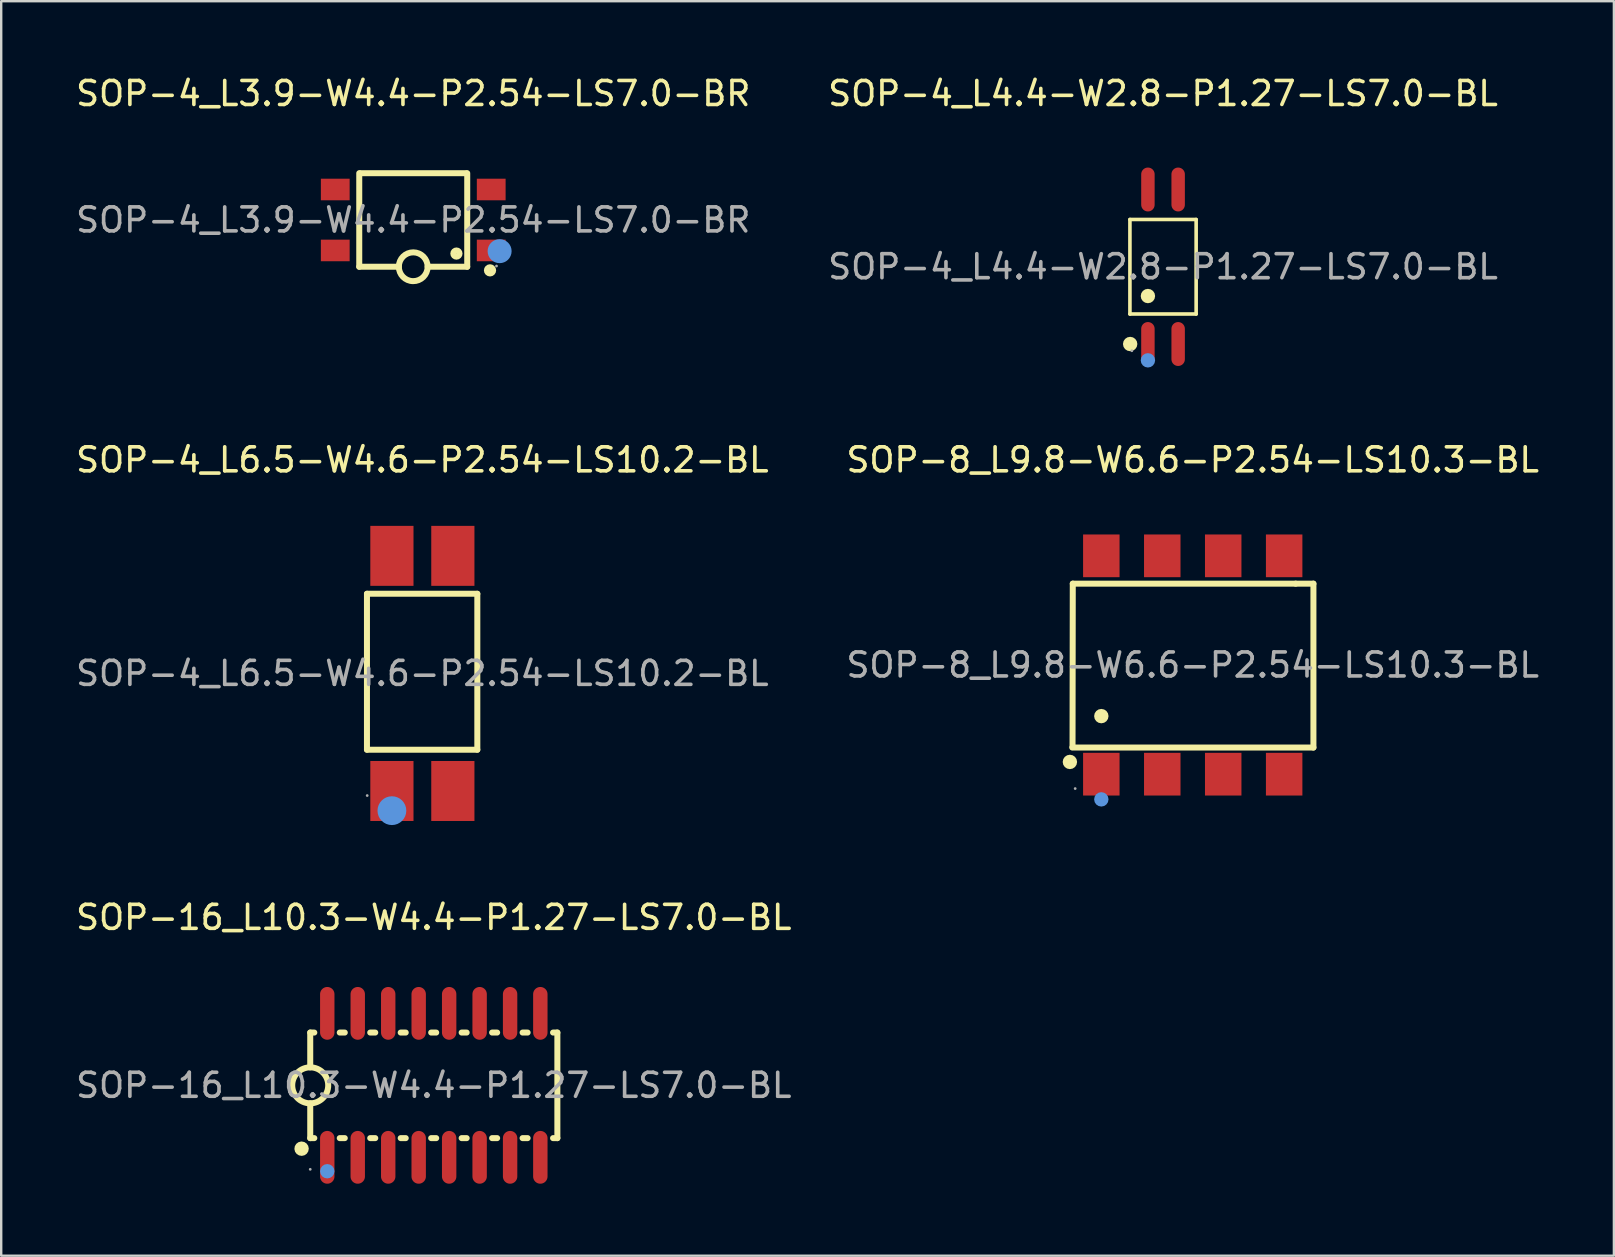
<source format=kicad_pcb>
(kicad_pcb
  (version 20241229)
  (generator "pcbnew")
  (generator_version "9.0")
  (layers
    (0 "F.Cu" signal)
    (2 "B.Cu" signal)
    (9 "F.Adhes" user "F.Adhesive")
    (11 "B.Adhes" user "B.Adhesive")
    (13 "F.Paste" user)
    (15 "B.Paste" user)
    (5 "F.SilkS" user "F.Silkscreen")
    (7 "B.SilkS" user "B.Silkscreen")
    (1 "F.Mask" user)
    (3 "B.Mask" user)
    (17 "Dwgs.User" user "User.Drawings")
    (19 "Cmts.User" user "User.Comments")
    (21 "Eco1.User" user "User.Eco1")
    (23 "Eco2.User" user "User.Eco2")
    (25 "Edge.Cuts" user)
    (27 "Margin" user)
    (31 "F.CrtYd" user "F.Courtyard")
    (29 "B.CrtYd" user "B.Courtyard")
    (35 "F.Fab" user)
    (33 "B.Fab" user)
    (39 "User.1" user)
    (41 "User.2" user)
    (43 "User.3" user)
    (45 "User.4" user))
  (footprint "SOP-16_L10.3-W4.4-P1.27-LS7.0-BL"
    (layer "F.Cu")
    (at 15.03 42.185)
    (property "Reference" "SOP-16_L10.3-W4.4-P1.27-LS7.0-BL" (at 0 -7 0) (layer "F.SilkS") (effects (font (size 1 1) (thickness 0.15))))
    (attr through_hole)
    (fp_line (start -5.15 -2.2) (end -5.15 -0.75) (stroke (width 0.25) (type solid)) (layer "F.SilkS"))
    (fp_line (start -5.15 -2.2) (end -4.98 -2.2) (stroke (width 0.25) (type solid)) (layer "F.SilkS"))
    (fp_line (start -5.15 2.2) (end -5.15 0.75) (stroke (width 0.25) (type solid)) (layer "F.SilkS"))
    (fp_line (start -5.15 2.2) (end -4.98 2.2) (stroke (width 0.25) (type solid)) (layer "F.SilkS"))
    (fp_line (start -3.92 -2.2) (end -3.71 -2.2) (stroke (width 0.25) (type solid)) (layer "F.SilkS"))
    (fp_line (start -3.92 2.2) (end -3.71 2.2) (stroke (width 0.25) (type solid)) (layer "F.SilkS"))
    (fp_line (start -2.65 -2.2) (end -2.44 -2.2) (stroke (width 0.25) (type solid)) (layer "F.SilkS"))
    (fp_line (start -2.65 2.2) (end -2.44 2.2) (stroke (width 0.25) (type solid)) (layer "F.SilkS"))
    (fp_line (start -1.38 -2.2) (end -1.17 -2.2) (stroke (width 0.25) (type solid)) (layer "F.SilkS"))
    (fp_line (start -1.38 2.2) (end -1.17 2.2) (stroke (width 0.25) (type solid)) (layer "F.SilkS"))
    (fp_line (start -0.11 -2.2) (end 0.1 -2.2) (stroke (width 0.25) (type solid)) (layer "F.SilkS"))
    (fp_line (start -0.11 2.2) (end 0.1 2.2) (stroke (width 0.25) (type solid)) (layer "F.SilkS"))
    (fp_line (start 1.16 -2.2) (end 1.37 -2.2) (stroke (width 0.25) (type solid)) (layer "F.SilkS"))
    (fp_line (start 1.16 2.2) (end 1.37 2.2) (stroke (width 0.25) (type solid)) (layer "F.SilkS"))
    (fp_line (start 2.43 -2.2) (end 2.64 -2.2) (stroke (width 0.25) (type solid)) (layer "F.SilkS"))
    (fp_line (start 2.43 2.2) (end 2.64 2.2) (stroke (width 0.25) (type solid)) (layer "F.SilkS"))
    (fp_line (start 3.7 -2.2) (end 3.91 -2.2) (stroke (width 0.25) (type solid)) (layer "F.SilkS"))
    (fp_line (start 3.7 2.2) (end 3.91 2.2) (stroke (width 0.25) (type solid)) (layer "F.SilkS"))
    (fp_line (start 4.97 -2.2) (end 5.15 -2.2) (stroke (width 0.25) (type solid)) (layer "F.SilkS"))
    (fp_line (start 4.97 2.2) (end 5.15 2.2) (stroke (width 0.25) (type solid)) (layer "F.SilkS"))
    (fp_line (start 5.15 2.2) (end 5.15 -2.2) (stroke (width 0.25) (type solid)) (layer "F.SilkS"))
    (fp_arc (start -5.51 2.49) (mid -5.505001 2.789917) (end -5.519993 2.490333) (stroke (width 0.3) (type solid)) (layer "F.SilkS"))
    (fp_arc (start -5.163089 0.749886) (mid -5.143455 -0.749972) (end -5.15 0.75) (stroke (width 0.25) (type solid)) (layer "F.SilkS"))
    (fp_circle (center -4.44 3.58) (end -4.29 3.58) (stroke (width 0.3) (type solid)) (fill no) (layer "Cmts.User"))
    (fp_circle (center -5.15 3.5) (end -5.12 3.5) (stroke (width 0.06) (type solid)) (fill no) (layer "F.Fab"))
    (fp_text user "${REFERENCE}" (at 0 0 0) (layer "F.Fab") (effects (font (size 1 1) (thickness 0.15))))
    (pad "1" smd oval (at -4.44 3 180) (size 0.6 2.2) (layers "F.Cu" "F.Mask" "F.Paste"))
    (pad "2" smd oval (at -3.17 3 180) (size 0.6 2.2) (layers "F.Cu" "F.Mask" "F.Paste"))
    (pad "3" smd oval (at -1.9 3 180) (size 0.6 2.2) (layers "F.Cu" "F.Mask" "F.Paste"))
    (pad "4" smd oval (at -0.63 3 180) (size 0.6 2.2) (layers "F.Cu" "F.Mask" "F.Paste"))
    (pad "5" smd oval (at 0.64 3 180) (size 0.6 2.2) (layers "F.Cu" "F.Mask" "F.Paste"))
    (pad "6" smd oval (at 1.91 3 180) (size 0.6 2.2) (layers "F.Cu" "F.Mask" "F.Paste"))
    (pad "7" smd oval (at 3.18 3 180) (size 0.6 2.2) (layers "F.Cu" "F.Mask" "F.Paste"))
    (pad "8" smd oval (at 4.44 3 180) (size 0.6 2.2) (layers "F.Cu" "F.Mask" "F.Paste"))
    (pad "9" smd oval (at 4.44 -3 180) (size 0.6 2.2) (layers "F.Cu" "F.Mask" "F.Paste"))
    (pad "10" smd oval (at 3.18 -3 180) (size 0.6 2.2) (layers "F.Cu" "F.Mask" "F.Paste"))
    (pad "11" smd oval (at 1.91 -3 180) (size 0.6 2.2) (layers "F.Cu" "F.Mask" "F.Paste"))
    (pad "12" smd oval (at 0.64 -3 180) (size 0.6 2.2) (layers "F.Cu" "F.Mask" "F.Paste"))
    (pad "13" smd oval (at -0.63 -3 180) (size 0.6 2.2) (layers "F.Cu" "F.Mask" "F.Paste"))
    (pad "14" smd oval (at -1.9 -3 180) (size 0.6 2.2) (layers "F.Cu" "F.Mask" "F.Paste"))
    (pad "15" smd oval (at -3.17 -3 180) (size 0.6 2.2) (layers "F.Cu" "F.Mask" "F.Paste"))
    (pad "16" smd oval (at -4.44 -3 180) (size 0.6 2.2) (layers "F.Cu" "F.Mask" "F.Paste")))
  (footprint "SOP-8_L9.8-W6.6-P2.54-LS10.3-BL"
    (layer "F.Cu")
    (at 46.661 24.666)
    (property "Reference" "SOP-8_L9.8-W6.6-P2.54-LS10.3-BL" (at 0 -8.55 0) (layer "F.SilkS") (effects (font (size 1 1) (thickness 0.15))))
    (attr through_hole)
    (fp_line (start -5 -3.39) (end -5.01 3.42) (stroke (width 0.25) (type solid)) (layer "F.SilkS"))
    (fp_line (start 4.29 -3.39) (end -5 -3.39) (stroke (width 0.25) (type solid)) (layer "F.SilkS"))
    (fp_line (start 4.29 -3.39) (end 5.03 -3.39) (stroke (width 0.25) (type solid)) (layer "F.SilkS"))
    (fp_line (start 5.03 -3.39) (end 5.03 3.44) (stroke (width 0.25) (type solid)) (layer "F.SilkS"))
    (fp_line (start 5.03 3.44) (end -5.02 3.44) (stroke (width 0.25) (type solid)) (layer "F.SilkS"))
    (fp_circle (center -5.12 4.04) (end -4.97 4.04) (stroke (width 0.3) (type solid)) (fill no) (layer "F.SilkS"))
    (fp_circle (center -3.81 2.13) (end -3.66 2.13) (stroke (width 0.3) (type solid)) (fill no) (layer "F.SilkS"))
    (fp_circle (center -3.81 5.6) (end -3.66 5.6) (stroke (width 0.3) (type solid)) (fill no) (layer "Cmts.User"))
    (fp_circle (center -4.9 5.15) (end -4.87 5.15) (stroke (width 0.06) (type solid)) (fill no) (layer "F.Fab"))
    (fp_text user "${REFERENCE}" (at 0 0 0) (layer "F.Fab") (effects (font (size 1 1) (thickness 0.15))))
    (pad "1" smd rect (at -3.81 4.55) (size 1.52 1.78) (layers "F.Cu" "F.Mask" "F.Paste"))
    (pad "2" smd rect (at -1.27 4.55) (size 1.52 1.78) (layers "F.Cu" "F.Mask" "F.Paste"))
    (pad "3" smd rect (at 1.27 4.55) (size 1.52 1.78) (layers "F.Cu" "F.Mask" "F.Paste"))
    (pad "4" smd rect (at 3.81 4.55) (size 1.52 1.78) (layers "F.Cu" "F.Mask" "F.Paste"))
    (pad "5" smd rect (at 3.81 -4.55) (size 1.52 1.78) (layers "F.Cu" "F.Mask" "F.Paste"))
    (pad "6" smd rect (at 1.27 -4.55) (size 1.52 1.78) (layers "F.Cu" "F.Mask" "F.Paste"))
    (pad "7" smd rect (at -1.27 -4.55) (size 1.52 1.78) (layers "F.Cu" "F.Mask" "F.Paste"))
    (pad "8" smd rect (at -3.81 -4.55) (size 1.52 1.78) (layers "F.Cu" "F.Mask" "F.Paste")))
  (footprint "SOP-4_L3.9-W4.4-P2.54-LS7.0-BR"
    (layer "F.Cu")
    (at 14.173 6.118)
    (property "Reference" "SOP-4_L3.9-W4.4-P2.54-LS7.0-BR" (at 0 -5.27 0) (layer "F.SilkS") (effects (font (size 1 1) (thickness 0.15))))
    (attr through_hole)
    (fp_line (start -2.25 1.95) (end -2.25 -1.95) (stroke (width 0.25) (type solid)) (layer "F.SilkS"))
    (fp_line (start -2.25 1.95) (end -0.6 1.95) (stroke (width 0.25) (type solid)) (layer "F.SilkS"))
    (fp_line (start -2.2 -1.95) (end 2.2 -1.95) (stroke (width 0.25) (type solid)) (layer "F.SilkS"))
    (fp_line (start 2.25 -1.95) (end 2.25 1.95) (stroke (width 0.25) (type solid)) (layer "F.SilkS"))
    (fp_line (start 2.25 1.95) (end 0.6 1.95) (stroke (width 0.25) (type solid)) (layer "F.SilkS"))
    (fp_arc (start 0.599909 1.960471) (mid -0.599978 1.944764) (end 0.6 1.95) (stroke (width 0.25) (type solid)) (layer "F.SilkS"))
    (fp_circle (center 1.8 1.4) (end 1.93 1.4) (stroke (width 0.25) (type solid)) (fill no) (layer "F.SilkS"))
    (fp_circle (center 3.2 2.1) (end 3.33 2.1) (stroke (width 0.25) (type solid)) (fill no) (layer "F.SilkS"))
    (fp_circle (center 3.6 1.3) (end 3.85 1.3) (stroke (width 0.5) (type solid)) (fill no) (layer "Cmts.User"))
    (fp_circle (center 3.47 1.92) (end 3.5 1.92) (stroke (width 0.06) (type solid)) (fill no) (layer "F.Fab"))
    (fp_text user "${REFERENCE}" (at 0 0 0) (layer "F.Fab") (effects (font (size 1 1) (thickness 0.15))))
    (pad "1" smd rect (at 3.25 1.27 180) (size 1.2 0.9) (layers "F.Cu" "F.Mask" "F.Paste"))
    (pad "2" smd rect (at 3.25 -1.27 180) (size 1.2 0.9) (layers "F.Cu" "F.Mask" "F.Paste"))
    (pad "3" smd rect (at -3.25 -1.27 180) (size 1.2 0.9) (layers "F.Cu" "F.Mask" "F.Paste"))
    (pad "4" smd rect (at -3.25 1.27 180) (size 1.2 0.9) (layers "F.Cu" "F.Mask" "F.Paste")))
  (footprint "SOP-4_L6.5-W4.6-P2.54-LS10.2-BL"
    (layer "F.Cu")
    (at 14.554 25.017)
    (property "Reference" "SOP-4_L6.5-W4.6-P2.54-LS10.2-BL" (at 0 -8.9 0) (layer "F.SilkS") (effects (font (size 1 1) (thickness 0.15))))
    (attr through_hole)
    (fp_line (start -2.31 -3.32) (end 2.29 -3.32) (stroke (width 0.25) (type solid)) (layer "F.SilkS"))
    (fp_line (start -2.31 3.18) (end -2.31 -3.32) (stroke (width 0.25) (type solid)) (layer "F.SilkS"))
    (fp_line (start 2.29 -3.32) (end 2.29 3.18) (stroke (width 0.25) (type solid)) (layer "F.SilkS"))
    (fp_line (start 2.29 3.18) (end -2.31 3.18) (stroke (width 0.25) (type solid)) (layer "F.SilkS"))
    (fp_circle (center -1.27 5.72) (end -0.97 5.72) (stroke (width 0.6) (type solid)) (fill no) (layer "Cmts.User"))
    (fp_circle (center -2.3 5.09) (end -2.27 5.09) (stroke (width 0.06) (type solid)) (fill no) (layer "F.Fab"))
    (fp_text user "${REFERENCE}" (at 0 0 0) (layer "F.Fab") (effects (font (size 1 1) (thickness 0.15))))
    (pad "1" smd rect (at -1.27 4.9) (size 1.8 2.5) (layers "F.Cu" "F.Mask" "F.Paste"))
    (pad "2" smd rect (at 1.27 4.9) (size 1.8 2.5) (layers "F.Cu" "F.Mask" "F.Paste"))
    (pad "3" smd rect (at 1.27 -4.9) (size 1.8 2.5) (layers "F.Cu" "F.Mask" "F.Paste"))
    (pad "4" smd rect (at -1.27 -4.9) (size 1.8 2.5) (layers "F.Cu" "F.Mask" "F.Paste")))
  (footprint "SOP-4_L4.4-W2.8-P1.27-LS7.0-BL"
    (layer "F.Cu")
    (at 45.423 8.068)
    (property "Reference" "SOP-4_L4.4-W2.8-P1.27-LS7.0-BL" (at 0 -7.22 0) (layer "F.SilkS") (effects (font (size 1 1) (thickness 0.15))))
    (attr through_hole)
    (fp_line (start -1.38 -1.97) (end 1.38 -1.97) (stroke (width 0.15) (type solid)) (layer "F.SilkS"))
    (fp_line (start -1.38 1.97) (end -1.38 -1.97) (stroke (width 0.15) (type solid)) (layer "F.SilkS"))
    (fp_line (start 1.38 -1.97) (end 1.38 1.97) (stroke (width 0.15) (type solid)) (layer "F.SilkS"))
    (fp_line (start 1.38 1.97) (end -1.38 1.97) (stroke (width 0.15) (type solid)) (layer "F.SilkS"))
    (fp_circle (center -1.37 3.22) (end -1.22 3.22) (stroke (width 0.3) (type solid)) (fill no) (layer "F.SilkS"))
    (fp_circle (center -0.63 1.22) (end -0.48 1.22) (stroke (width 0.3) (type solid)) (fill no) (layer "F.SilkS"))
    (fp_circle (center -0.63 3.9) (end -0.48 3.9) (stroke (width 0.3) (type solid)) (fill no) (layer "Cmts.User"))
    (fp_circle (center -1.3 3.5) (end -1.27 3.5) (stroke (width 0.06) (type solid)) (fill no) (layer "F.Fab"))
    (fp_text user "${REFERENCE}" (at 0 0 0) (layer "F.Fab") (effects (font (size 1 1) (thickness 0.15))))
    (pad "1" smd oval (at -0.63 3.22) (size 0.56 1.83) (layers "F.Cu" "F.Mask" "F.Paste"))
    (pad "2" smd oval (at 0.63 3.22) (size 0.56 1.83) (layers "F.Cu" "F.Mask" "F.Paste"))
    (pad "3" smd oval (at 0.63 -3.22) (size 0.56 1.83) (layers "F.Cu" "F.Mask" "F.Paste"))
    (pad "4" smd oval (at -0.63 -3.22) (size 0.56 1.83) (layers "F.Cu" "F.Mask" "F.Paste")))
  (gr_rect
    (start -3 -3)
    (end 64.214 49.285)
    (stroke (width 0.1) (type default))
    (fill no)
    (layer "Edge.Cuts")))
</source>
